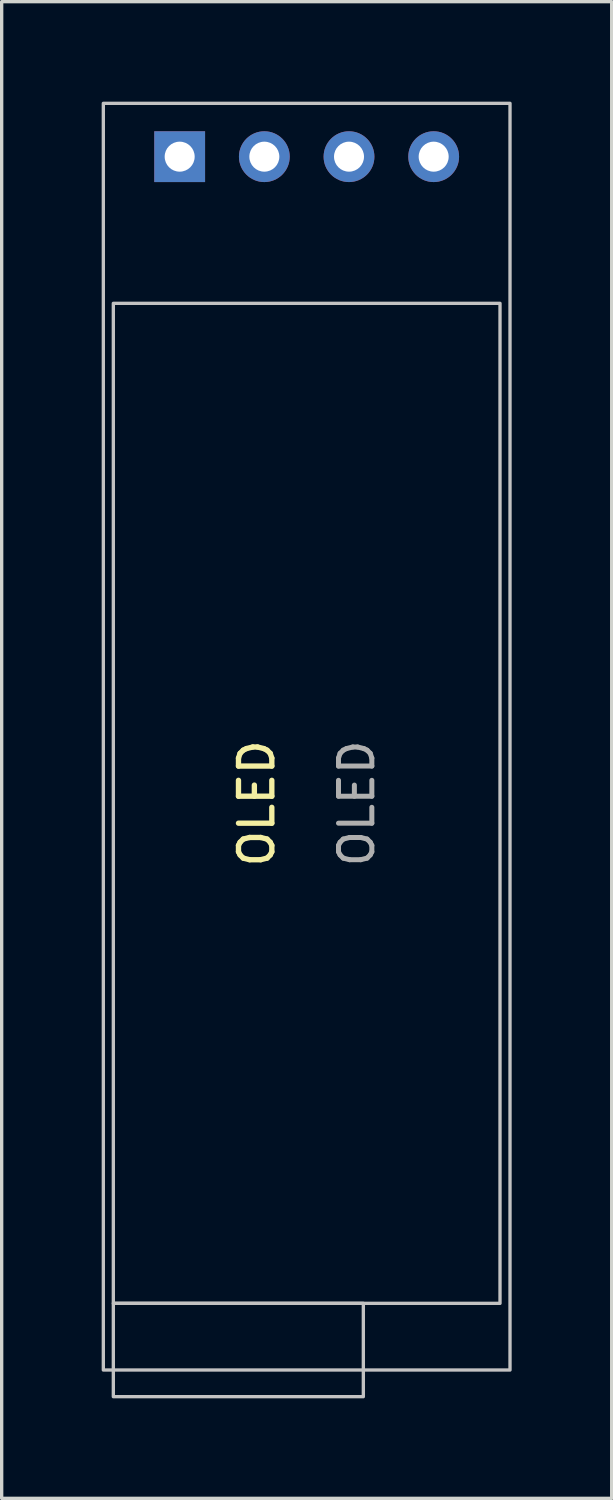
<source format=kicad_pcb>
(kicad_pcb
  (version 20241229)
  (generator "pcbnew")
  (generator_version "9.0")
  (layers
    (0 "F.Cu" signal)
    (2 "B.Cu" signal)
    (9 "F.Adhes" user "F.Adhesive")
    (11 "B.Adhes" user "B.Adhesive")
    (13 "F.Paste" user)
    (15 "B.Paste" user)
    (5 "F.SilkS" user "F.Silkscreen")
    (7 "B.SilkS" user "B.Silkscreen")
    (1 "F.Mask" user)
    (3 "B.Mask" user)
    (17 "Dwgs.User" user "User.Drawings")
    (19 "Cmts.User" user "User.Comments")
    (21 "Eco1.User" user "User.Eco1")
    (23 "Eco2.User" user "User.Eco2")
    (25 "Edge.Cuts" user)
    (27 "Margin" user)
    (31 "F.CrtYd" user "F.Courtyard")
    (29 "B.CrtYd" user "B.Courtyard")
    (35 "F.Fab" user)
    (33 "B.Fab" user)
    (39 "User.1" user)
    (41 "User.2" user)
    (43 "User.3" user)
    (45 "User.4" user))
  (footprint "OLED"
    (layer "F.Cu")
    (at 6.15 21.05)
    (property "Reference" "OLED" (at -1.5 0 90) (unlocked yes) (layer "F.SilkS") (effects (font (size 1 1) (thickness 0.16))))
    (attr smd)
    (fp_rect (start -6.1 -21) (end 6.1 17) (stroke (width 0.1) (type default)) (fill no) (layer "Dwgs.User"))
    (fp_rect (start -5.8 -15) (end 5.8 15) (stroke (width 0.1) (type default)) (fill no) (layer "Dwgs.User"))
    (fp_rect (start -5.8 15) (end 1.7 17.8) (stroke (width 0.1) (type default)) (fill no) (layer "Dwgs.User"))
    (fp_text user "${REFERENCE}" (at 1.5 0 90) (unlocked yes) (layer "F.Fab") (effects (font (size 1 1) (thickness 0.15))))
    (pad "GND" thru_hole rect (at -3.81 -19.4 90) (size 1.524 1.524) (drill 0.9) (layers "*.Cu" "*.Mask"))
    (pad "SCL" thru_hole circle (at 1.27 -19.4 90) (size 1.524 1.524) (drill 0.9) (layers "*.Cu" "*.Mask"))
    (pad "SDA" thru_hole circle (at 3.81 -19.4 90) (size 1.524 1.524) (drill 0.9) (layers "*.Cu" "*.Mask"))
    (pad "VCC" thru_hole circle (at -1.27 -19.4 90) (size 1.524 1.524) (drill 0.9) (layers "*.Cu" "*.Mask")))
  (gr_rect
    (start -3 -3)
    (end 15.3 41.9)
    (stroke (width 0.1) (type default))
    (fill no)
    (layer "Edge.Cuts")))
</source>
